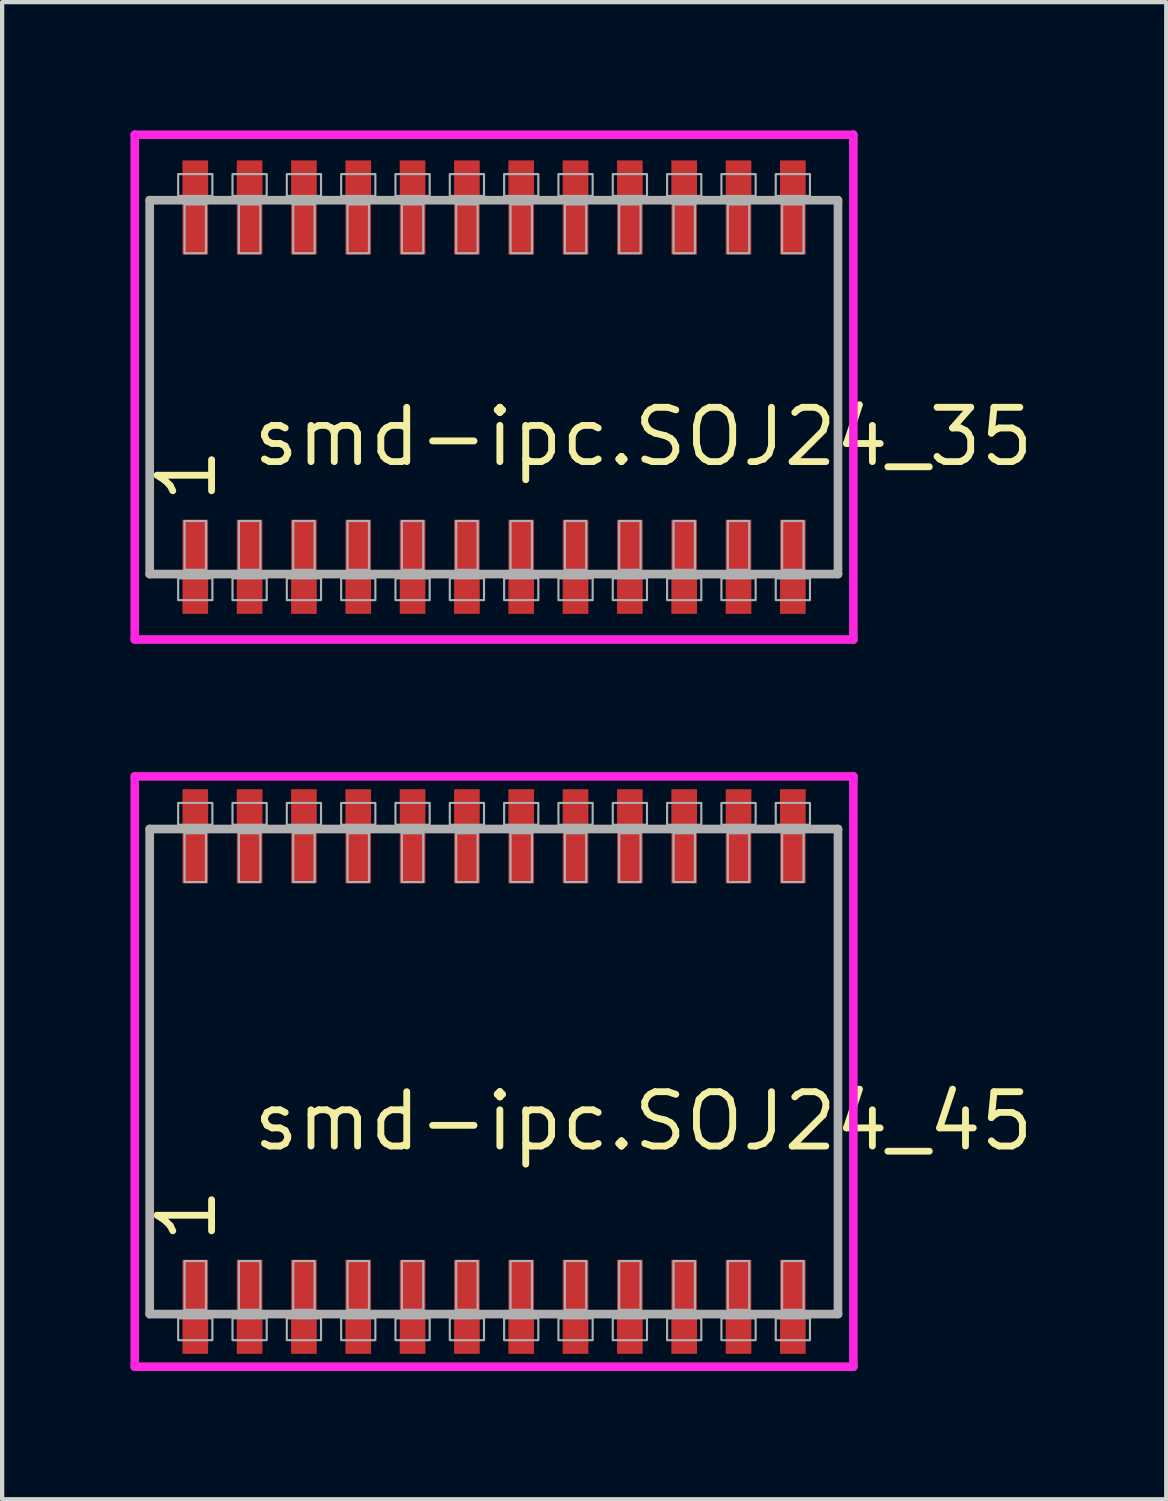
<source format=kicad_pcb>
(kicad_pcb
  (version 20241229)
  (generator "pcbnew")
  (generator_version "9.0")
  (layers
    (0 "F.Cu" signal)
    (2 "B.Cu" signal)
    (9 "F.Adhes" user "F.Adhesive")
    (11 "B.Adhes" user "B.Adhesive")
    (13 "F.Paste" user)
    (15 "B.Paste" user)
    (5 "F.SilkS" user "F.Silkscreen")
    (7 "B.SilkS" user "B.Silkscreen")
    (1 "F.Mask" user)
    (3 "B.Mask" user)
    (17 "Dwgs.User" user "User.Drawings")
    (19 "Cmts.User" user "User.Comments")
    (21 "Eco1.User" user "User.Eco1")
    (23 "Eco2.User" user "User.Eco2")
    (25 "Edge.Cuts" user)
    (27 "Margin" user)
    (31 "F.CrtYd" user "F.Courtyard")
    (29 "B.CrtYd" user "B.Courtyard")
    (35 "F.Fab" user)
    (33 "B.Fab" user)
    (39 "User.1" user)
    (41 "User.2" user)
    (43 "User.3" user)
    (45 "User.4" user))
  (footprint "smd-ipc.SOJ24_45"
    (layer "F.Cu")
    (at 8.5 22)
    (property "Reference" "smd-ipc.SOJ24_45" (at -5.715 1.905 0) (layer "F.SilkS") (effects (font (size 1.27 1.27) (thickness 0.16)) (justify left bottom)))
    (attr smd)
    (fp_line (start -8.4 -6.9) (end 8.4 -6.9) (stroke (width 0.2) (type default)) (layer "F.CrtYd"))
    (fp_line (start -8.4 6.9) (end -8.4 -6.9) (stroke (width 0.2) (type default)) (layer "F.CrtYd"))
    (fp_line (start 8.4 -6.9) (end 8.4 6.9) (stroke (width 0.2) (type default)) (layer "F.CrtYd"))
    (fp_line (start 8.4 6.9) (end -8.4 6.9) (stroke (width 0.2) (type default)) (layer "F.CrtYd"))
    (fp_line (start -8.05 -5.67) (end 8.04 -5.67) (stroke (width 0.203) (type default)) (layer "F.Fab"))
    (fp_line (start -8.05 5.67) (end -8.05 -5.67) (stroke (width 0.203) (type default)) (layer "F.Fab"))
    (fp_line (start 8.04 -5.67) (end 8.04 5.67) (stroke (width 0.203) (type default)) (layer "F.Fab"))
    (fp_line (start 8.04 5.67) (end -8.05 5.67) (stroke (width 0.203) (type default)) (layer "F.Fab"))
    (fp_rect (start -7.385 -5.77) (end -6.585 -6.28) (stroke (width 0.05) (type default)) (fill no) (layer "F.Fab"))
    (fp_rect (start -7.385 6.28) (end -6.585 5.77) (stroke (width 0.05) (type default)) (fill no) (layer "F.Fab"))
    (fp_rect (start -7.235 -4.43) (end -6.735 -5.57) (stroke (width 0.05) (type default)) (fill no) (layer "F.Fab"))
    (fp_rect (start -7.235 5.57) (end -6.735 4.43) (stroke (width 0.05) (type default)) (fill no) (layer "F.Fab"))
    (fp_rect (start -6.115 -5.77) (end -5.315 -6.28) (stroke (width 0.05) (type default)) (fill no) (layer "F.Fab"))
    (fp_rect (start -6.115 6.28) (end -5.315 5.77) (stroke (width 0.05) (type default)) (fill no) (layer "F.Fab"))
    (fp_rect (start -5.965 -4.43) (end -5.465 -5.57) (stroke (width 0.05) (type default)) (fill no) (layer "F.Fab"))
    (fp_rect (start -5.965 5.57) (end -5.465 4.43) (stroke (width 0.05) (type default)) (fill no) (layer "F.Fab"))
    (fp_rect (start -4.845 -5.77) (end -4.045 -6.28) (stroke (width 0.05) (type default)) (fill no) (layer "F.Fab"))
    (fp_rect (start -4.845 6.28) (end -4.045 5.77) (stroke (width 0.05) (type default)) (fill no) (layer "F.Fab"))
    (fp_rect (start -4.695 -4.43) (end -4.195 -5.57) (stroke (width 0.05) (type default)) (fill no) (layer "F.Fab"))
    (fp_rect (start -4.695 5.57) (end -4.195 4.43) (stroke (width 0.05) (type default)) (fill no) (layer "F.Fab"))
    (fp_rect (start -3.575 -5.77) (end -2.775 -6.28) (stroke (width 0.05) (type default)) (fill no) (layer "F.Fab"))
    (fp_rect (start -3.575 6.28) (end -2.775 5.77) (stroke (width 0.05) (type default)) (fill no) (layer "F.Fab"))
    (fp_rect (start -3.425 -4.43) (end -2.925 -5.57) (stroke (width 0.05) (type default)) (fill no) (layer "F.Fab"))
    (fp_rect (start -3.425 5.57) (end -2.925 4.43) (stroke (width 0.05) (type default)) (fill no) (layer "F.Fab"))
    (fp_rect (start -2.305 -5.77) (end -1.505 -6.28) (stroke (width 0.05) (type default)) (fill no) (layer "F.Fab"))
    (fp_rect (start -2.305 6.28) (end -1.505 5.77) (stroke (width 0.05) (type default)) (fill no) (layer "F.Fab"))
    (fp_rect (start -2.155 -4.43) (end -1.655 -5.57) (stroke (width 0.05) (type default)) (fill no) (layer "F.Fab"))
    (fp_rect (start -2.155 5.57) (end -1.655 4.43) (stroke (width 0.05) (type default)) (fill no) (layer "F.Fab"))
    (fp_rect (start -1.035 -5.77) (end -0.235 -6.28) (stroke (width 0.05) (type default)) (fill no) (layer "F.Fab"))
    (fp_rect (start -1.035 6.28) (end -0.235 5.77) (stroke (width 0.05) (type default)) (fill no) (layer "F.Fab"))
    (fp_rect (start -0.885 -4.43) (end -0.385 -5.57) (stroke (width 0.05) (type default)) (fill no) (layer "F.Fab"))
    (fp_rect (start -0.885 5.57) (end -0.385 4.43) (stroke (width 0.05) (type default)) (fill no) (layer "F.Fab"))
    (fp_rect (start 0.235 -5.77) (end 1.035 -6.28) (stroke (width 0.05) (type default)) (fill no) (layer "F.Fab"))
    (fp_rect (start 0.235 6.28) (end 1.035 5.77) (stroke (width 0.05) (type default)) (fill no) (layer "F.Fab"))
    (fp_rect (start 0.385 -4.43) (end 0.885 -5.57) (stroke (width 0.05) (type default)) (fill no) (layer "F.Fab"))
    (fp_rect (start 0.385 5.57) (end 0.885 4.43) (stroke (width 0.05) (type default)) (fill no) (layer "F.Fab"))
    (fp_rect (start 1.505 -5.77) (end 2.305 -6.28) (stroke (width 0.05) (type default)) (fill no) (layer "F.Fab"))
    (fp_rect (start 1.505 6.28) (end 2.305 5.77) (stroke (width 0.05) (type default)) (fill no) (layer "F.Fab"))
    (fp_rect (start 1.655 -4.43) (end 2.155 -5.57) (stroke (width 0.05) (type default)) (fill no) (layer "F.Fab"))
    (fp_rect (start 1.655 5.57) (end 2.155 4.43) (stroke (width 0.05) (type default)) (fill no) (layer "F.Fab"))
    (fp_rect (start 2.775 -5.77) (end 3.575 -6.28) (stroke (width 0.05) (type default)) (fill no) (layer "F.Fab"))
    (fp_rect (start 2.775 6.28) (end 3.575 5.77) (stroke (width 0.05) (type default)) (fill no) (layer "F.Fab"))
    (fp_rect (start 2.925 -4.43) (end 3.425 -5.57) (stroke (width 0.05) (type default)) (fill no) (layer "F.Fab"))
    (fp_rect (start 2.925 5.57) (end 3.425 4.43) (stroke (width 0.05) (type default)) (fill no) (layer "F.Fab"))
    (fp_rect (start 4.045 -5.77) (end 4.845 -6.28) (stroke (width 0.05) (type default)) (fill no) (layer "F.Fab"))
    (fp_rect (start 4.045 6.28) (end 4.845 5.77) (stroke (width 0.05) (type default)) (fill no) (layer "F.Fab"))
    (fp_rect (start 4.195 -4.43) (end 4.695 -5.57) (stroke (width 0.05) (type default)) (fill no) (layer "F.Fab"))
    (fp_rect (start 4.195 5.57) (end 4.695 4.43) (stroke (width 0.05) (type default)) (fill no) (layer "F.Fab"))
    (fp_rect (start 5.315 -5.77) (end 6.115 -6.28) (stroke (width 0.05) (type default)) (fill no) (layer "F.Fab"))
    (fp_rect (start 5.315 6.28) (end 6.115 5.77) (stroke (width 0.05) (type default)) (fill no) (layer "F.Fab"))
    (fp_rect (start 5.465 -4.43) (end 5.965 -5.57) (stroke (width 0.05) (type default)) (fill no) (layer "F.Fab"))
    (fp_rect (start 5.465 5.57) (end 5.965 4.43) (stroke (width 0.05) (type default)) (fill no) (layer "F.Fab"))
    (fp_rect (start 6.585 -5.77) (end 7.385 -6.28) (stroke (width 0.05) (type default)) (fill no) (layer "F.Fab"))
    (fp_rect (start 6.585 6.28) (end 7.385 5.77) (stroke (width 0.05) (type default)) (fill no) (layer "F.Fab"))
    (fp_rect (start 6.735 -4.43) (end 7.235 -5.57) (stroke (width 0.05) (type default)) (fill no) (layer "F.Fab"))
    (fp_rect (start 6.735 5.57) (end 7.235 4.43) (stroke (width 0.05) (type default)) (fill no) (layer "F.Fab"))
    (fp_text user "1" (at -6.44 4.07 90) (layer "F.SilkS") (effects (font (size 1.27 1.27) (thickness 0.16)) (justify left bottom)))
    (pad "1" smd roundrect (at -6.985 5.5) (size 0.6 2.2) (layers "F.Cu" "F.Mask" "F.Paste") (roundrect_rratio 0.01))
    (pad "2" smd roundrect (at -5.715 5.5) (size 0.6 2.2) (layers "F.Cu" "F.Mask" "F.Paste") (roundrect_rratio 0.01))
    (pad "3" smd roundrect (at -4.445 5.5) (size 0.6 2.2) (layers "F.Cu" "F.Mask" "F.Paste") (roundrect_rratio 0.01))
    (pad "4" smd roundrect (at -3.175 5.5) (size 0.6 2.2) (layers "F.Cu" "F.Mask" "F.Paste") (roundrect_rratio 0.01))
    (pad "5" smd roundrect (at -1.905 5.5) (size 0.6 2.2) (layers "F.Cu" "F.Mask" "F.Paste") (roundrect_rratio 0.01))
    (pad "6" smd roundrect (at -0.635 5.5) (size 0.6 2.2) (layers "F.Cu" "F.Mask" "F.Paste") (roundrect_rratio 0.01))
    (pad "7" smd roundrect (at 0.635 5.5) (size 0.6 2.2) (layers "F.Cu" "F.Mask" "F.Paste") (roundrect_rratio 0.01))
    (pad "8" smd roundrect (at 1.905 5.5) (size 0.6 2.2) (layers "F.Cu" "F.Mask" "F.Paste") (roundrect_rratio 0.01))
    (pad "9" smd roundrect (at 3.175 5.5) (size 0.6 2.2) (layers "F.Cu" "F.Mask" "F.Paste") (roundrect_rratio 0.01))
    (pad "10" smd roundrect (at 4.445 5.5) (size 0.6 2.2) (layers "F.Cu" "F.Mask" "F.Paste") (roundrect_rratio 0.01))
    (pad "11" smd roundrect (at 5.715 5.5) (size 0.6 2.2) (layers "F.Cu" "F.Mask" "F.Paste") (roundrect_rratio 0.01))
    (pad "12" smd roundrect (at 6.985 5.5) (size 0.6 2.2) (layers "F.Cu" "F.Mask" "F.Paste") (roundrect_rratio 0.01))
    (pad "13" smd roundrect (at 6.985 -5.5) (size 0.6 2.2) (layers "F.Cu" "F.Mask" "F.Paste") (roundrect_rratio 0.01))
    (pad "14" smd roundrect (at 5.715 -5.5) (size 0.6 2.2) (layers "F.Cu" "F.Mask" "F.Paste") (roundrect_rratio 0.01))
    (pad "15" smd roundrect (at 4.445 -5.5) (size 0.6 2.2) (layers "F.Cu" "F.Mask" "F.Paste") (roundrect_rratio 0.01))
    (pad "16" smd roundrect (at 3.175 -5.5) (size 0.6 2.2) (layers "F.Cu" "F.Mask" "F.Paste") (roundrect_rratio 0.01))
    (pad "17" smd roundrect (at 1.905 -5.5) (size 0.6 2.2) (layers "F.Cu" "F.Mask" "F.Paste") (roundrect_rratio 0.01))
    (pad "18" smd roundrect (at 0.635 -5.5) (size 0.6 2.2) (layers "F.Cu" "F.Mask" "F.Paste") (roundrect_rratio 0.01))
    (pad "19" smd roundrect (at -0.635 -5.5) (size 0.6 2.2) (layers "F.Cu" "F.Mask" "F.Paste") (roundrect_rratio 0.01))
    (pad "20" smd roundrect (at -1.905 -5.5) (size 0.6 2.2) (layers "F.Cu" "F.Mask" "F.Paste") (roundrect_rratio 0.01))
    (pad "21" smd roundrect (at -3.175 -5.5) (size 0.6 2.2) (layers "F.Cu" "F.Mask" "F.Paste") (roundrect_rratio 0.01))
    (pad "22" smd roundrect (at -4.445 -5.5) (size 0.6 2.2) (layers "F.Cu" "F.Mask" "F.Paste") (roundrect_rratio 0.01))
    (pad "23" smd roundrect (at -5.715 -5.5) (size 0.6 2.2) (layers "F.Cu" "F.Mask" "F.Paste") (roundrect_rratio 0.01))
    (pad "24" smd roundrect (at -6.985 -5.5) (size 0.6 2.2) (layers "F.Cu" "F.Mask" "F.Paste") (roundrect_rratio 0.01)))
  (footprint "smd-ipc.SOJ24_35"
    (layer "F.Cu")
    (at 8.5 6)
    (property "Reference" "smd-ipc.SOJ24_35" (at -5.715 1.905 0) (layer "F.SilkS") (effects (font (size 1.27 1.27) (thickness 0.16)) (justify left bottom)))
    (attr smd)
    (fp_line (start -8.4 -5.9) (end 8.4 -5.9) (stroke (width 0.2) (type default)) (layer "F.CrtYd"))
    (fp_line (start -8.4 5.9) (end -8.4 -5.9) (stroke (width 0.2) (type default)) (layer "F.CrtYd"))
    (fp_line (start 8.4 -5.9) (end 8.4 5.9) (stroke (width 0.2) (type default)) (layer "F.CrtYd"))
    (fp_line (start 8.4 5.9) (end -8.4 5.9) (stroke (width 0.2) (type default)) (layer "F.CrtYd"))
    (fp_line (start -8.05 -4.37) (end 8.04 -4.37) (stroke (width 0.203) (type default)) (layer "F.Fab"))
    (fp_line (start -8.05 4.37) (end -8.05 -4.37) (stroke (width 0.203) (type default)) (layer "F.Fab"))
    (fp_line (start 8.04 -4.37) (end 8.04 4.37) (stroke (width 0.203) (type default)) (layer "F.Fab"))
    (fp_line (start 8.04 4.37) (end -8.05 4.37) (stroke (width 0.203) (type default)) (layer "F.Fab"))
    (fp_rect (start -7.385 -4.47) (end -6.585 -4.98) (stroke (width 0.05) (type default)) (fill no) (layer "F.Fab"))
    (fp_rect (start -7.385 4.98) (end -6.585 4.47) (stroke (width 0.05) (type default)) (fill no) (layer "F.Fab"))
    (fp_rect (start -7.235 -3.13) (end -6.735 -4.27) (stroke (width 0.05) (type default)) (fill no) (layer "F.Fab"))
    (fp_rect (start -7.235 4.27) (end -6.735 3.13) (stroke (width 0.05) (type default)) (fill no) (layer "F.Fab"))
    (fp_rect (start -6.115 -4.47) (end -5.315 -4.98) (stroke (width 0.05) (type default)) (fill no) (layer "F.Fab"))
    (fp_rect (start -6.115 4.98) (end -5.315 4.47) (stroke (width 0.05) (type default)) (fill no) (layer "F.Fab"))
    (fp_rect (start -5.965 -3.13) (end -5.465 -4.27) (stroke (width 0.05) (type default)) (fill no) (layer "F.Fab"))
    (fp_rect (start -5.965 4.27) (end -5.465 3.13) (stroke (width 0.05) (type default)) (fill no) (layer "F.Fab"))
    (fp_rect (start -4.845 -4.47) (end -4.045 -4.98) (stroke (width 0.05) (type default)) (fill no) (layer "F.Fab"))
    (fp_rect (start -4.845 4.98) (end -4.045 4.47) (stroke (width 0.05) (type default)) (fill no) (layer "F.Fab"))
    (fp_rect (start -4.695 -3.13) (end -4.195 -4.27) (stroke (width 0.05) (type default)) (fill no) (layer "F.Fab"))
    (fp_rect (start -4.695 4.27) (end -4.195 3.13) (stroke (width 0.05) (type default)) (fill no) (layer "F.Fab"))
    (fp_rect (start -3.575 -4.47) (end -2.775 -4.98) (stroke (width 0.05) (type default)) (fill no) (layer "F.Fab"))
    (fp_rect (start -3.575 4.98) (end -2.775 4.47) (stroke (width 0.05) (type default)) (fill no) (layer "F.Fab"))
    (fp_rect (start -3.425 -3.13) (end -2.925 -4.27) (stroke (width 0.05) (type default)) (fill no) (layer "F.Fab"))
    (fp_rect (start -3.425 4.27) (end -2.925 3.13) (stroke (width 0.05) (type default)) (fill no) (layer "F.Fab"))
    (fp_rect (start -2.305 -4.47) (end -1.505 -4.98) (stroke (width 0.05) (type default)) (fill no) (layer "F.Fab"))
    (fp_rect (start -2.305 4.98) (end -1.505 4.47) (stroke (width 0.05) (type default)) (fill no) (layer "F.Fab"))
    (fp_rect (start -2.155 -3.13) (end -1.655 -4.27) (stroke (width 0.05) (type default)) (fill no) (layer "F.Fab"))
    (fp_rect (start -2.155 4.27) (end -1.655 3.13) (stroke (width 0.05) (type default)) (fill no) (layer "F.Fab"))
    (fp_rect (start -1.035 -4.47) (end -0.235 -4.98) (stroke (width 0.05) (type default)) (fill no) (layer "F.Fab"))
    (fp_rect (start -1.035 4.98) (end -0.235 4.47) (stroke (width 0.05) (type default)) (fill no) (layer "F.Fab"))
    (fp_rect (start -0.885 -3.13) (end -0.385 -4.27) (stroke (width 0.05) (type default)) (fill no) (layer "F.Fab"))
    (fp_rect (start -0.885 4.27) (end -0.385 3.13) (stroke (width 0.05) (type default)) (fill no) (layer "F.Fab"))
    (fp_rect (start 0.235 -4.47) (end 1.035 -4.98) (stroke (width 0.05) (type default)) (fill no) (layer "F.Fab"))
    (fp_rect (start 0.235 4.98) (end 1.035 4.47) (stroke (width 0.05) (type default)) (fill no) (layer "F.Fab"))
    (fp_rect (start 0.385 -3.13) (end 0.885 -4.27) (stroke (width 0.05) (type default)) (fill no) (layer "F.Fab"))
    (fp_rect (start 0.385 4.27) (end 0.885 3.13) (stroke (width 0.05) (type default)) (fill no) (layer "F.Fab"))
    (fp_rect (start 1.505 -4.47) (end 2.305 -4.98) (stroke (width 0.05) (type default)) (fill no) (layer "F.Fab"))
    (fp_rect (start 1.505 4.98) (end 2.305 4.47) (stroke (width 0.05) (type default)) (fill no) (layer "F.Fab"))
    (fp_rect (start 1.655 -3.13) (end 2.155 -4.27) (stroke (width 0.05) (type default)) (fill no) (layer "F.Fab"))
    (fp_rect (start 1.655 4.27) (end 2.155 3.13) (stroke (width 0.05) (type default)) (fill no) (layer "F.Fab"))
    (fp_rect (start 2.775 -4.47) (end 3.575 -4.98) (stroke (width 0.05) (type default)) (fill no) (layer "F.Fab"))
    (fp_rect (start 2.775 4.98) (end 3.575 4.47) (stroke (width 0.05) (type default)) (fill no) (layer "F.Fab"))
    (fp_rect (start 2.925 -3.13) (end 3.425 -4.27) (stroke (width 0.05) (type default)) (fill no) (layer "F.Fab"))
    (fp_rect (start 2.925 4.27) (end 3.425 3.13) (stroke (width 0.05) (type default)) (fill no) (layer "F.Fab"))
    (fp_rect (start 4.045 -4.47) (end 4.845 -4.98) (stroke (width 0.05) (type default)) (fill no) (layer "F.Fab"))
    (fp_rect (start 4.045 4.98) (end 4.845 4.47) (stroke (width 0.05) (type default)) (fill no) (layer "F.Fab"))
    (fp_rect (start 4.195 -3.13) (end 4.695 -4.27) (stroke (width 0.05) (type default)) (fill no) (layer "F.Fab"))
    (fp_rect (start 4.195 4.27) (end 4.695 3.13) (stroke (width 0.05) (type default)) (fill no) (layer "F.Fab"))
    (fp_rect (start 5.315 -4.47) (end 6.115 -4.98) (stroke (width 0.05) (type default)) (fill no) (layer "F.Fab"))
    (fp_rect (start 5.315 4.98) (end 6.115 4.47) (stroke (width 0.05) (type default)) (fill no) (layer "F.Fab"))
    (fp_rect (start 5.465 -3.13) (end 5.965 -4.27) (stroke (width 0.05) (type default)) (fill no) (layer "F.Fab"))
    (fp_rect (start 5.465 4.27) (end 5.965 3.13) (stroke (width 0.05) (type default)) (fill no) (layer "F.Fab"))
    (fp_rect (start 6.585 -4.47) (end 7.385 -4.98) (stroke (width 0.05) (type default)) (fill no) (layer "F.Fab"))
    (fp_rect (start 6.585 4.98) (end 7.385 4.47) (stroke (width 0.05) (type default)) (fill no) (layer "F.Fab"))
    (fp_rect (start 6.735 -3.13) (end 7.235 -4.27) (stroke (width 0.05) (type default)) (fill no) (layer "F.Fab"))
    (fp_rect (start 6.735 4.27) (end 7.235 3.13) (stroke (width 0.05) (type default)) (fill no) (layer "F.Fab"))
    (fp_text user "1" (at -6.44 2.77 90) (layer "F.SilkS") (effects (font (size 1.27 1.27) (thickness 0.16)) (justify left bottom)))
    (pad "1" smd roundrect (at -6.985 4.2) (size 0.6 2.2) (layers "F.Cu" "F.Mask" "F.Paste") (roundrect_rratio 0.01))
    (pad "2" smd roundrect (at -5.715 4.2) (size 0.6 2.2) (layers "F.Cu" "F.Mask" "F.Paste") (roundrect_rratio 0.01))
    (pad "3" smd roundrect (at -4.445 4.2) (size 0.6 2.2) (layers "F.Cu" "F.Mask" "F.Paste") (roundrect_rratio 0.01))
    (pad "4" smd roundrect (at -3.175 4.2) (size 0.6 2.2) (layers "F.Cu" "F.Mask" "F.Paste") (roundrect_rratio 0.01))
    (pad "5" smd roundrect (at -1.905 4.2) (size 0.6 2.2) (layers "F.Cu" "F.Mask" "F.Paste") (roundrect_rratio 0.01))
    (pad "6" smd roundrect (at -0.635 4.2) (size 0.6 2.2) (layers "F.Cu" "F.Mask" "F.Paste") (roundrect_rratio 0.01))
    (pad "7" smd roundrect (at 0.635 4.2) (size 0.6 2.2) (layers "F.Cu" "F.Mask" "F.Paste") (roundrect_rratio 0.01))
    (pad "8" smd roundrect (at 1.905 4.2) (size 0.6 2.2) (layers "F.Cu" "F.Mask" "F.Paste") (roundrect_rratio 0.01))
    (pad "9" smd roundrect (at 3.175 4.2) (size 0.6 2.2) (layers "F.Cu" "F.Mask" "F.Paste") (roundrect_rratio 0.01))
    (pad "10" smd roundrect (at 4.445 4.2) (size 0.6 2.2) (layers "F.Cu" "F.Mask" "F.Paste") (roundrect_rratio 0.01))
    (pad "11" smd roundrect (at 5.715 4.2) (size 0.6 2.2) (layers "F.Cu" "F.Mask" "F.Paste") (roundrect_rratio 0.01))
    (pad "12" smd roundrect (at 6.985 4.2) (size 0.6 2.2) (layers "F.Cu" "F.Mask" "F.Paste") (roundrect_rratio 0.01))
    (pad "13" smd roundrect (at 6.985 -4.2) (size 0.6 2.2) (layers "F.Cu" "F.Mask" "F.Paste") (roundrect_rratio 0.01))
    (pad "14" smd roundrect (at 5.715 -4.2) (size 0.6 2.2) (layers "F.Cu" "F.Mask" "F.Paste") (roundrect_rratio 0.01))
    (pad "15" smd roundrect (at 4.445 -4.2) (size 0.6 2.2) (layers "F.Cu" "F.Mask" "F.Paste") (roundrect_rratio 0.01))
    (pad "16" smd roundrect (at 3.175 -4.2) (size 0.6 2.2) (layers "F.Cu" "F.Mask" "F.Paste") (roundrect_rratio 0.01))
    (pad "17" smd roundrect (at 1.905 -4.2) (size 0.6 2.2) (layers "F.Cu" "F.Mask" "F.Paste") (roundrect_rratio 0.01))
    (pad "18" smd roundrect (at 0.635 -4.2) (size 0.6 2.2) (layers "F.Cu" "F.Mask" "F.Paste") (roundrect_rratio 0.01))
    (pad "19" smd roundrect (at -0.635 -4.2) (size 0.6 2.2) (layers "F.Cu" "F.Mask" "F.Paste") (roundrect_rratio 0.01))
    (pad "20" smd roundrect (at -1.905 -4.2) (size 0.6 2.2) (layers "F.Cu" "F.Mask" "F.Paste") (roundrect_rratio 0.01))
    (pad "21" smd roundrect (at -3.175 -4.2) (size 0.6 2.2) (layers "F.Cu" "F.Mask" "F.Paste") (roundrect_rratio 0.01))
    (pad "22" smd roundrect (at -4.445 -4.2) (size 0.6 2.2) (layers "F.Cu" "F.Mask" "F.Paste") (roundrect_rratio 0.01))
    (pad "23" smd roundrect (at -5.715 -4.2) (size 0.6 2.2) (layers "F.Cu" "F.Mask" "F.Paste") (roundrect_rratio 0.01))
    (pad "24" smd roundrect (at -6.985 -4.2) (size 0.6 2.2) (layers "F.Cu" "F.Mask" "F.Paste") (roundrect_rratio 0.01)))
  (gr_rect
    (start -3 -3)
    (end 24.214 32)
    (stroke (width 0.1) (type default))
    (fill no)
    (layer "Edge.Cuts")))
</source>
